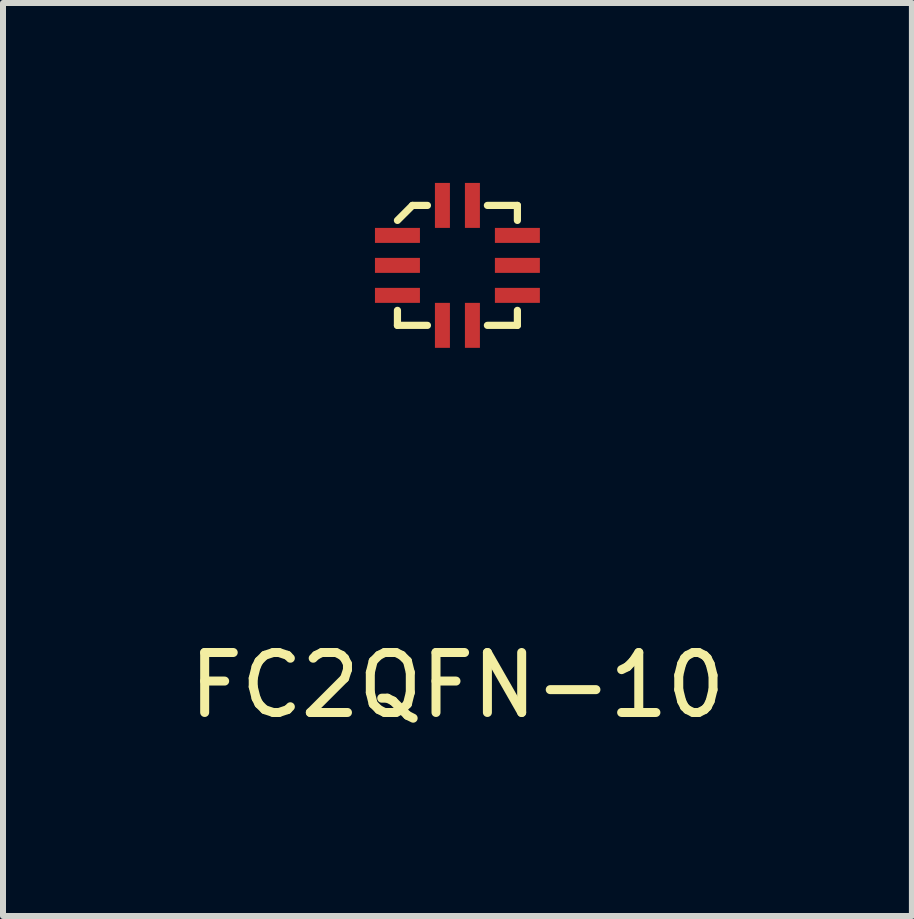
<source format=kicad_pcb>
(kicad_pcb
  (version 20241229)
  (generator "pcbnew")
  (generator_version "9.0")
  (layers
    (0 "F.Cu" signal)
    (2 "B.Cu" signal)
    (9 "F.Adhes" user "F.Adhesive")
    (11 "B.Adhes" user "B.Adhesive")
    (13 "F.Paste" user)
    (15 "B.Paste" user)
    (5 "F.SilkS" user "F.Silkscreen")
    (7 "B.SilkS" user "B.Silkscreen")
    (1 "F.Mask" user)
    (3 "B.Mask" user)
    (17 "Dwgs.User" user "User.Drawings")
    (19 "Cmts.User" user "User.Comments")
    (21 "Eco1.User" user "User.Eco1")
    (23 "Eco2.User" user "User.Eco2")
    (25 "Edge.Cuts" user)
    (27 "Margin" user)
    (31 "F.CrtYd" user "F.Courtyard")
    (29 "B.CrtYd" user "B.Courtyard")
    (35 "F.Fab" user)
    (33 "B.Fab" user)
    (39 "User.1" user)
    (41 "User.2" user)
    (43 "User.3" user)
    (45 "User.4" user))
  (footprint "FC2QFN-10"
    (layer "F.Cu")
    (at 4.577 1.375)
    (property "Reference" "FC2QFN-10" (at 0 7 0) (layer "F.SilkS") (effects (font (size 1 1) (thickness 0.15))))
    (attr through_hole)
    (fp_line (start -1 0.75) (end -1 1) (stroke (width 0.12) (type solid)) (layer "F.SilkS"))
    (fp_line (start -1 1) (end -0.5 1) (stroke (width 0.12) (type solid)) (layer "F.SilkS"))
    (fp_line (start -0.75 -1) (end -1 -0.75) (stroke (width 0.12) (type solid)) (layer "F.SilkS"))
    (fp_line (start -0.5 -1) (end -0.75 -1) (stroke (width 0.12) (type solid)) (layer "F.SilkS"))
    (fp_line (start 0.5 -1) (end 1 -1) (stroke (width 0.12) (type solid)) (layer "F.SilkS"))
    (fp_line (start 1 -1) (end 1 -0.75) (stroke (width 0.12) (type solid)) (layer "F.SilkS"))
    (fp_line (start 1 0.75) (end 1 1) (stroke (width 0.12) (type solid)) (layer "F.SilkS"))
    (fp_line (start 1 1) (end 0.5 1) (stroke (width 0.12) (type solid)) (layer "F.SilkS"))
    (pad "1" smd rect (at -1 -0.5) (size 0.75 0.25) (layers "F.Cu" "F.Mask" "F.Paste"))
    (pad "2" smd rect (at -1 0) (size 0.75 0.25) (layers "F.Cu" "F.Mask" "F.Paste"))
    (pad "3" smd rect (at -1 0.5) (size 0.75 0.25) (layers "F.Cu" "F.Mask" "F.Paste"))
    (pad "4" smd rect (at -0.25 1 90) (size 0.75 0.25) (layers "F.Cu" "F.Mask" "F.Paste"))
    (pad "5" smd rect (at 0.25 1 90) (size 0.75 0.25) (layers "F.Cu" "F.Mask" "F.Paste"))
    (pad "6" smd rect (at 1 0.5 180) (size 0.75 0.25) (layers "F.Cu" "F.Mask" "F.Paste"))
    (pad "7" smd rect (at 1 0 180) (size 0.75 0.25) (layers "F.Cu" "F.Mask" "F.Paste"))
    (pad "8" smd rect (at 1 -0.5 180) (size 0.75 0.25) (layers "F.Cu" "F.Mask" "F.Paste"))
    (pad "9" smd rect (at 0.25 -1 270) (size 0.75 0.25) (layers "F.Cu" "F.Mask" "F.Paste"))
    (pad "10" smd rect (at -0.25 -1 270) (size 0.75 0.25) (layers "F.Cu" "F.Mask" "F.Paste")))
  (gr_rect
    (start -3 -3)
    (end 12.155 12.223)
    (stroke (width 0.1) (type default))
    (fill no)
    (layer "Edge.Cuts")))
</source>
